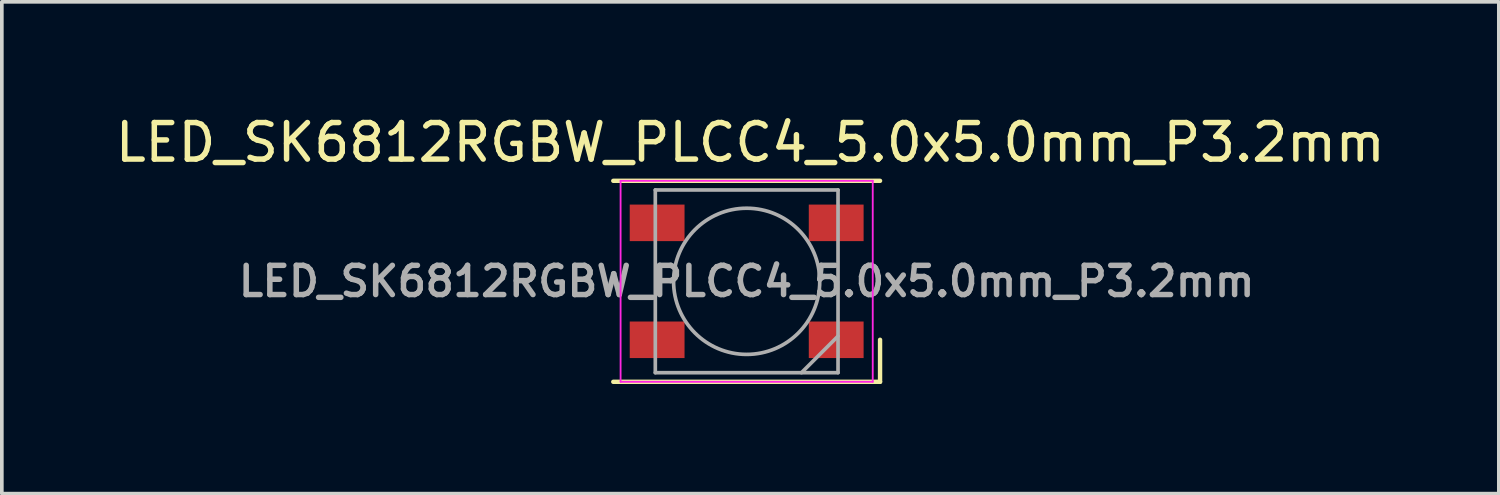
<source format=kicad_pcb>
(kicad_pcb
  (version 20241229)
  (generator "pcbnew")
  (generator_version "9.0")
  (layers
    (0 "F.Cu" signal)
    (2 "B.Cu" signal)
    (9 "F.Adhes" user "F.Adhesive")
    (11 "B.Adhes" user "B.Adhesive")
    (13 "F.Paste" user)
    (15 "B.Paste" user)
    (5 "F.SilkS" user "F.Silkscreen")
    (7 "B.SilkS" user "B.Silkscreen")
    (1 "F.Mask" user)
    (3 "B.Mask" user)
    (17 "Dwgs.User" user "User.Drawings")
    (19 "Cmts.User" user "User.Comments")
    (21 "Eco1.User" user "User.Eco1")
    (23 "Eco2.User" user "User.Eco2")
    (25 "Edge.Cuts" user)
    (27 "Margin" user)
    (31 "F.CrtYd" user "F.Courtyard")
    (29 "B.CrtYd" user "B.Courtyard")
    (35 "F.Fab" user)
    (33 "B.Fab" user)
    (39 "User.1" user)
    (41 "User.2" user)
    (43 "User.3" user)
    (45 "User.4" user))
  (footprint "LED_SK6812RGBW_PLCC4_5.0x5.0mm_P3.2mm"
    (layer "F.Cu")
    (at 17.382 4.648)
    (property "Reference" "LED_SK6812RGBW_PLCC4_5.0x5.0mm_P3.2mm" (at 0.1 -3.8 0) (layer "F.SilkS") (effects (font (size 1 1) (thickness 0.15))))
    (attr through_hole)
    (fp_line (start -3.65 -2.75) (end 3.65 -2.75) (stroke (width 0.12) (type solid)) (layer "F.SilkS"))
    (fp_line (start -3.65 2.75) (end 3.65 2.75) (stroke (width 0.12) (type solid)) (layer "F.SilkS"))
    (fp_line (start 3.65 2.75) (end 3.65 1.6) (stroke (width 0.12) (type solid)) (layer "F.SilkS"))
    (fp_line (start -3.45 -2.75) (end -3.45 2.75) (stroke (width 0.05) (type solid)) (layer "F.CrtYd"))
    (fp_line (start -3.45 2.75) (end 3.45 2.75) (stroke (width 0.05) (type solid)) (layer "F.CrtYd"))
    (fp_line (start 3.45 -2.75) (end -3.45 -2.75) (stroke (width 0.05) (type solid)) (layer "F.CrtYd"))
    (fp_line (start 3.45 2.75) (end 3.45 -2.75) (stroke (width 0.05) (type solid)) (layer "F.CrtYd"))
    (fp_line (start -2.5 -2.5) (end -2.5 2.5) (stroke (width 0.1) (type solid)) (layer "F.Fab"))
    (fp_line (start -2.5 2.5) (end 2.5 2.5) (stroke (width 0.1) (type solid)) (layer "F.Fab"))
    (fp_line (start 2.5 -2.5) (end -2.5 -2.5) (stroke (width 0.1) (type solid)) (layer "F.Fab"))
    (fp_line (start 2.5 1.5) (end 1.5 2.5) (stroke (width 0.1) (type solid)) (layer "F.Fab"))
    (fp_line (start 2.5 2.5) (end 2.5 -2.5) (stroke (width 0.1) (type solid)) (layer "F.Fab"))
    (fp_circle (center 0 0) (end 0 -2) (stroke (width 0.1) (type solid)) (fill no) (layer "F.Fab"))
    (fp_text user "${REFERENCE}" (at 0 0 0) (layer "F.Fab") (effects (font (size 0.8 0.8) (thickness 0.15))))
    (pad "1" smd rect (at 2.45 1.6) (size 1.5 1) (layers "F.Cu" "F.Mask" "F.Paste"))
    (pad "2" smd rect (at 2.45 -1.6) (size 1.5 1) (layers "F.Cu" "F.Mask" "F.Paste"))
    (pad "3" smd rect (at -2.45 -1.6) (size 1.5 1) (layers "F.Cu" "F.Mask" "F.Paste"))
    (pad "4" smd rect (at -2.45 1.6) (size 1.5 1) (layers "F.Cu" "F.Mask" "F.Paste")))
  (gr_rect
    (start -3 -3)
    (end 37.964 10.458)
    (stroke (width 0.1) (type default))
    (fill no)
    (layer "Edge.Cuts")))
</source>
